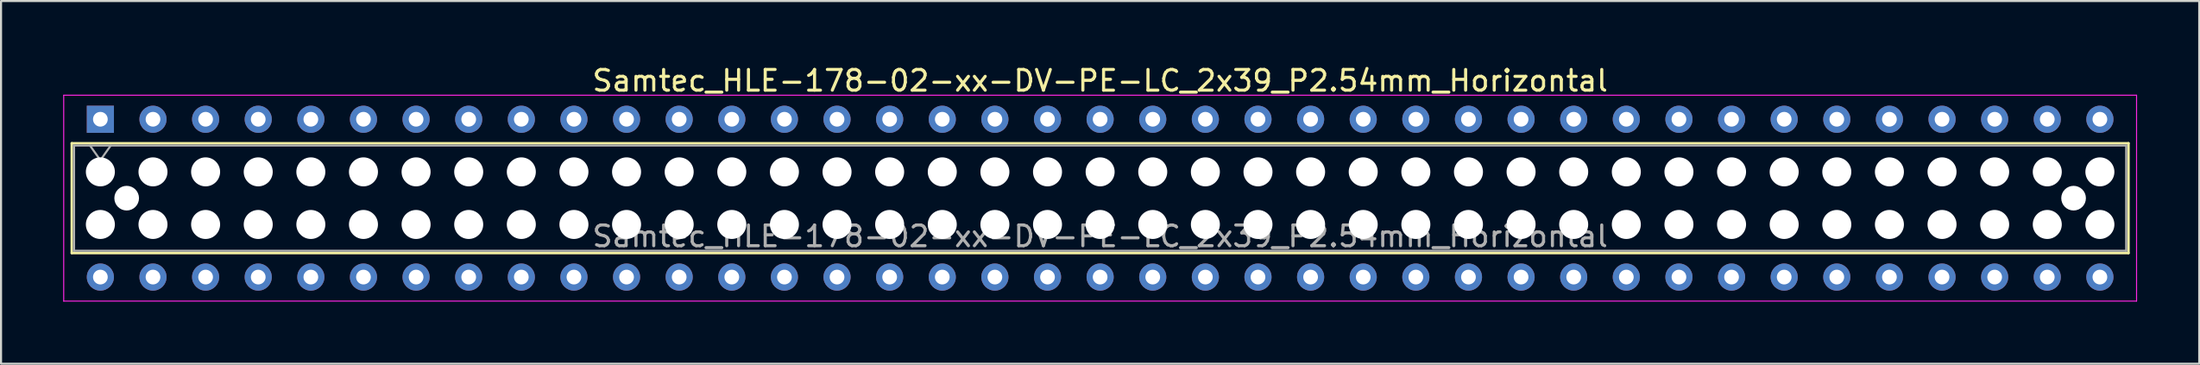
<source format=kicad_pcb>
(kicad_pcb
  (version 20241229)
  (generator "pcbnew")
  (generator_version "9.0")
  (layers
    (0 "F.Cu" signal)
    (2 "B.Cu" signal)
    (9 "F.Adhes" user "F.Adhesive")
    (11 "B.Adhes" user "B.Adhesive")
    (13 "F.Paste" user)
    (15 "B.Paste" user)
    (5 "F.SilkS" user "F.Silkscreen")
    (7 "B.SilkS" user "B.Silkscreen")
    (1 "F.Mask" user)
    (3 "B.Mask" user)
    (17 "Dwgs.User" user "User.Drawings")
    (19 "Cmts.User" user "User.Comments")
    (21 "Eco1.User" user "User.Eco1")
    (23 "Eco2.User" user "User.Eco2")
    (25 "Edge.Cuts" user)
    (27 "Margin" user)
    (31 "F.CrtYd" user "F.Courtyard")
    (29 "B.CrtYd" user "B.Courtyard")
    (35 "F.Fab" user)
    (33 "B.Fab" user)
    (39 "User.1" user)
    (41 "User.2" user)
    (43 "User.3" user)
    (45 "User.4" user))
  (footprint "Samtec_HLE-178-02-xx-DV-PE-LC_2x39_P2.54mm_Horizontal"
    (layer "F.Cu")
    (at 1.795 2.708)
    (property "Reference" "Samtec_HLE-178-02-xx-DV-PE-LC_2x39_P2.54mm_Horizontal" (at 48.26 -1.86 0) (layer "F.SilkS") (effects (font (size 1 1) (thickness 0.15))))
    (attr through_hole)
    (fp_line (start -1.38 1.16) (end 97.9 1.16) (stroke (width 0.12) (type solid)) (layer "F.SilkS"))
    (fp_line (start -1.38 6.46) (end -1.38 1.16) (stroke (width 0.12) (type solid)) (layer "F.SilkS"))
    (fp_line (start 97.9 1.16) (end 97.9 6.46) (stroke (width 0.12) (type solid)) (layer "F.SilkS"))
    (fp_line (start 97.9 6.46) (end -1.38 6.46) (stroke (width 0.12) (type solid)) (layer "F.SilkS"))
    (fp_line (start -1.77 -1.16) (end 98.29 -1.16) (stroke (width 0.05) (type solid)) (layer "F.CrtYd"))
    (fp_line (start -1.77 8.78) (end -1.77 -1.16) (stroke (width 0.05) (type solid)) (layer "F.CrtYd"))
    (fp_line (start 98.29 -1.16) (end 98.29 8.78) (stroke (width 0.05) (type solid)) (layer "F.CrtYd"))
    (fp_line (start 98.29 8.78) (end -1.77 8.78) (stroke (width 0.05) (type solid)) (layer "F.CrtYd"))
    (fp_line (start -1.27 1.27) (end 97.79 1.27) (stroke (width 0.1) (type solid)) (layer "F.Fab"))
    (fp_line (start -1.27 6.35) (end -1.27 1.27) (stroke (width 0.1) (type solid)) (layer "F.Fab"))
    (fp_line (start -0.5 1.27) (end 0 1.977) (stroke (width 0.1) (type solid)) (layer "F.Fab"))
    (fp_line (start 0 1.977) (end 0.5 1.27) (stroke (width 0.1) (type solid)) (layer "F.Fab"))
    (fp_line (start 97.79 1.27) (end 97.79 6.35) (stroke (width 0.1) (type solid)) (layer "F.Fab"))
    (fp_line (start 97.79 6.35) (end -1.27 6.35) (stroke (width 0.1) (type solid)) (layer "F.Fab"))
    (fp_text user "${REFERENCE}" (at 48.26 5.65 0) (layer "F.Fab") (effects (font (size 1 1) (thickness 0.15))))
    (pad "" np_thru_hole circle (at 0 2.54) (size 1.4 1.4) (drill 1.4) (layers "*.Cu" "*.Mask"))
    (pad "" np_thru_hole circle (at 0 5.08) (size 1.4 1.4) (drill 1.4) (layers "*.Cu" "*.Mask"))
    (pad "" np_thru_hole circle (at 1.27 3.81) (size 1.19 1.19) (drill 1.19) (layers "*.Cu" "*.Mask"))
    (pad "" np_thru_hole circle (at 2.54 2.54) (size 1.4 1.4) (drill 1.4) (layers "*.Cu" "*.Mask"))
    (pad "" np_thru_hole circle (at 2.54 5.08) (size 1.4 1.4) (drill 1.4) (layers "*.Cu" "*.Mask"))
    (pad "" np_thru_hole circle (at 5.08 2.54) (size 1.4 1.4) (drill 1.4) (layers "*.Cu" "*.Mask"))
    (pad "" np_thru_hole circle (at 5.08 5.08) (size 1.4 1.4) (drill 1.4) (layers "*.Cu" "*.Mask"))
    (pad "" np_thru_hole circle (at 7.62 2.54) (size 1.4 1.4) (drill 1.4) (layers "*.Cu" "*.Mask"))
    (pad "" np_thru_hole circle (at 7.62 5.08) (size 1.4 1.4) (drill 1.4) (layers "*.Cu" "*.Mask"))
    (pad "" np_thru_hole circle (at 10.16 2.54) (size 1.4 1.4) (drill 1.4) (layers "*.Cu" "*.Mask"))
    (pad "" np_thru_hole circle (at 10.16 5.08) (size 1.4 1.4) (drill 1.4) (layers "*.Cu" "*.Mask"))
    (pad "" np_thru_hole circle (at 12.7 2.54) (size 1.4 1.4) (drill 1.4) (layers "*.Cu" "*.Mask"))
    (pad "" np_thru_hole circle (at 12.7 5.08) (size 1.4 1.4) (drill 1.4) (layers "*.Cu" "*.Mask"))
    (pad "" np_thru_hole circle (at 15.24 2.54) (size 1.4 1.4) (drill 1.4) (layers "*.Cu" "*.Mask"))
    (pad "" np_thru_hole circle (at 15.24 5.08) (size 1.4 1.4) (drill 1.4) (layers "*.Cu" "*.Mask"))
    (pad "" np_thru_hole circle (at 17.78 2.54) (size 1.4 1.4) (drill 1.4) (layers "*.Cu" "*.Mask"))
    (pad "" np_thru_hole circle (at 17.78 5.08) (size 1.4 1.4) (drill 1.4) (layers "*.Cu" "*.Mask"))
    (pad "" np_thru_hole circle (at 20.32 2.54) (size 1.4 1.4) (drill 1.4) (layers "*.Cu" "*.Mask"))
    (pad "" np_thru_hole circle (at 20.32 5.08) (size 1.4 1.4) (drill 1.4) (layers "*.Cu" "*.Mask"))
    (pad "" np_thru_hole circle (at 22.86 2.54) (size 1.4 1.4) (drill 1.4) (layers "*.Cu" "*.Mask"))
    (pad "" np_thru_hole circle (at 22.86 5.08) (size 1.4 1.4) (drill 1.4) (layers "*.Cu" "*.Mask"))
    (pad "" np_thru_hole circle (at 25.4 2.54) (size 1.4 1.4) (drill 1.4) (layers "*.Cu" "*.Mask"))
    (pad "" np_thru_hole circle (at 25.4 5.08) (size 1.4 1.4) (drill 1.4) (layers "*.Cu" "*.Mask"))
    (pad "" np_thru_hole circle (at 27.94 2.54) (size 1.4 1.4) (drill 1.4) (layers "*.Cu" "*.Mask"))
    (pad "" np_thru_hole circle (at 27.94 5.08) (size 1.4 1.4) (drill 1.4) (layers "*.Cu" "*.Mask"))
    (pad "" np_thru_hole circle (at 30.48 2.54) (size 1.4 1.4) (drill 1.4) (layers "*.Cu" "*.Mask"))
    (pad "" np_thru_hole circle (at 30.48 5.08) (size 1.4 1.4) (drill 1.4) (layers "*.Cu" "*.Mask"))
    (pad "" np_thru_hole circle (at 33.02 2.54) (size 1.4 1.4) (drill 1.4) (layers "*.Cu" "*.Mask"))
    (pad "" np_thru_hole circle (at 33.02 5.08) (size 1.4 1.4) (drill 1.4) (layers "*.Cu" "*.Mask"))
    (pad "" np_thru_hole circle (at 35.56 2.54) (size 1.4 1.4) (drill 1.4) (layers "*.Cu" "*.Mask"))
    (pad "" np_thru_hole circle (at 35.56 5.08) (size 1.4 1.4) (drill 1.4) (layers "*.Cu" "*.Mask"))
    (pad "" np_thru_hole circle (at 38.1 2.54) (size 1.4 1.4) (drill 1.4) (layers "*.Cu" "*.Mask"))
    (pad "" np_thru_hole circle (at 38.1 5.08) (size 1.4 1.4) (drill 1.4) (layers "*.Cu" "*.Mask"))
    (pad "" np_thru_hole circle (at 40.64 2.54) (size 1.4 1.4) (drill 1.4) (layers "*.Cu" "*.Mask"))
    (pad "" np_thru_hole circle (at 40.64 5.08) (size 1.4 1.4) (drill 1.4) (layers "*.Cu" "*.Mask"))
    (pad "" np_thru_hole circle (at 43.18 2.54) (size 1.4 1.4) (drill 1.4) (layers "*.Cu" "*.Mask"))
    (pad "" np_thru_hole circle (at 43.18 5.08) (size 1.4 1.4) (drill 1.4) (layers "*.Cu" "*.Mask"))
    (pad "" np_thru_hole circle (at 45.72 2.54) (size 1.4 1.4) (drill 1.4) (layers "*.Cu" "*.Mask"))
    (pad "" np_thru_hole circle (at 45.72 5.08) (size 1.4 1.4) (drill 1.4) (layers "*.Cu" "*.Mask"))
    (pad "" np_thru_hole circle (at 48.26 2.54) (size 1.4 1.4) (drill 1.4) (layers "*.Cu" "*.Mask"))
    (pad "" np_thru_hole circle (at 48.26 5.08) (size 1.4 1.4) (drill 1.4) (layers "*.Cu" "*.Mask"))
    (pad "" np_thru_hole circle (at 50.8 2.54) (size 1.4 1.4) (drill 1.4) (layers "*.Cu" "*.Mask"))
    (pad "" np_thru_hole circle (at 50.8 5.08) (size 1.4 1.4) (drill 1.4) (layers "*.Cu" "*.Mask"))
    (pad "" np_thru_hole circle (at 53.34 2.54) (size 1.4 1.4) (drill 1.4) (layers "*.Cu" "*.Mask"))
    (pad "" np_thru_hole circle (at 53.34 5.08) (size 1.4 1.4) (drill 1.4) (layers "*.Cu" "*.Mask"))
    (pad "" np_thru_hole circle (at 55.88 2.54) (size 1.4 1.4) (drill 1.4) (layers "*.Cu" "*.Mask"))
    (pad "" np_thru_hole circle (at 55.88 5.08) (size 1.4 1.4) (drill 1.4) (layers "*.Cu" "*.Mask"))
    (pad "" np_thru_hole circle (at 58.42 2.54) (size 1.4 1.4) (drill 1.4) (layers "*.Cu" "*.Mask"))
    (pad "" np_thru_hole circle (at 58.42 5.08) (size 1.4 1.4) (drill 1.4) (layers "*.Cu" "*.Mask"))
    (pad "" np_thru_hole circle (at 60.96 2.54) (size 1.4 1.4) (drill 1.4) (layers "*.Cu" "*.Mask"))
    (pad "" np_thru_hole circle (at 60.96 5.08) (size 1.4 1.4) (drill 1.4) (layers "*.Cu" "*.Mask"))
    (pad "" np_thru_hole circle (at 63.5 2.54) (size 1.4 1.4) (drill 1.4) (layers "*.Cu" "*.Mask"))
    (pad "" np_thru_hole circle (at 63.5 5.08) (size 1.4 1.4) (drill 1.4) (layers "*.Cu" "*.Mask"))
    (pad "" np_thru_hole circle (at 66.04 2.54) (size 1.4 1.4) (drill 1.4) (layers "*.Cu" "*.Mask"))
    (pad "" np_thru_hole circle (at 66.04 5.08) (size 1.4 1.4) (drill 1.4) (layers "*.Cu" "*.Mask"))
    (pad "" np_thru_hole circle (at 68.58 2.54) (size 1.4 1.4) (drill 1.4) (layers "*.Cu" "*.Mask"))
    (pad "" np_thru_hole circle (at 68.58 5.08) (size 1.4 1.4) (drill 1.4) (layers "*.Cu" "*.Mask"))
    (pad "" np_thru_hole circle (at 71.12 2.54) (size 1.4 1.4) (drill 1.4) (layers "*.Cu" "*.Mask"))
    (pad "" np_thru_hole circle (at 71.12 5.08) (size 1.4 1.4) (drill 1.4) (layers "*.Cu" "*.Mask"))
    (pad "" np_thru_hole circle (at 73.66 2.54) (size 1.4 1.4) (drill 1.4) (layers "*.Cu" "*.Mask"))
    (pad "" np_thru_hole circle (at 73.66 5.08) (size 1.4 1.4) (drill 1.4) (layers "*.Cu" "*.Mask"))
    (pad "" np_thru_hole circle (at 76.2 2.54) (size 1.4 1.4) (drill 1.4) (layers "*.Cu" "*.Mask"))
    (pad "" np_thru_hole circle (at 76.2 5.08) (size 1.4 1.4) (drill 1.4) (layers "*.Cu" "*.Mask"))
    (pad "" np_thru_hole circle (at 78.74 2.54) (size 1.4 1.4) (drill 1.4) (layers "*.Cu" "*.Mask"))
    (pad "" np_thru_hole circle (at 78.74 5.08) (size 1.4 1.4) (drill 1.4) (layers "*.Cu" "*.Mask"))
    (pad "" np_thru_hole circle (at 81.28 2.54) (size 1.4 1.4) (drill 1.4) (layers "*.Cu" "*.Mask"))
    (pad "" np_thru_hole circle (at 81.28 5.08) (size 1.4 1.4) (drill 1.4) (layers "*.Cu" "*.Mask"))
    (pad "" np_thru_hole circle (at 83.82 2.54) (size 1.4 1.4) (drill 1.4) (layers "*.Cu" "*.Mask"))
    (pad "" np_thru_hole circle (at 83.82 5.08) (size 1.4 1.4) (drill 1.4) (layers "*.Cu" "*.Mask"))
    (pad "" np_thru_hole circle (at 86.36 2.54) (size 1.4 1.4) (drill 1.4) (layers "*.Cu" "*.Mask"))
    (pad "" np_thru_hole circle (at 86.36 5.08) (size 1.4 1.4) (drill 1.4) (layers "*.Cu" "*.Mask"))
    (pad "" np_thru_hole circle (at 88.9 2.54) (size 1.4 1.4) (drill 1.4) (layers "*.Cu" "*.Mask"))
    (pad "" np_thru_hole circle (at 88.9 5.08) (size 1.4 1.4) (drill 1.4) (layers "*.Cu" "*.Mask"))
    (pad "" np_thru_hole circle (at 91.44 2.54) (size 1.4 1.4) (drill 1.4) (layers "*.Cu" "*.Mask"))
    (pad "" np_thru_hole circle (at 91.44 5.08) (size 1.4 1.4) (drill 1.4) (layers "*.Cu" "*.Mask"))
    (pad "" np_thru_hole circle (at 93.98 2.54) (size 1.4 1.4) (drill 1.4) (layers "*.Cu" "*.Mask"))
    (pad "" np_thru_hole circle (at 93.98 5.08) (size 1.4 1.4) (drill 1.4) (layers "*.Cu" "*.Mask"))
    (pad "" np_thru_hole circle (at 95.25 3.81) (size 1.19 1.19) (drill 1.19) (layers "*.Cu" "*.Mask"))
    (pad "" np_thru_hole circle (at 96.52 2.54) (size 1.4 1.4) (drill 1.4) (layers "*.Cu" "*.Mask"))
    (pad "" np_thru_hole circle (at 96.52 5.08) (size 1.4 1.4) (drill 1.4) (layers "*.Cu" "*.Mask"))
    (pad "1" thru_hole rect (at 0 0) (size 1.31 1.31) (drill 0.71) (layers "*.Cu" "*.Mask"))
    (pad "2" thru_hole circle (at 0 7.62) (size 1.31 1.31) (drill 0.71) (layers "*.Cu" "*.Mask"))
    (pad "3" thru_hole circle (at 2.54 0) (size 1.31 1.31) (drill 0.71) (layers "*.Cu" "*.Mask"))
    (pad "4" thru_hole circle (at 2.54 7.62) (size 1.31 1.31) (drill 0.71) (layers "*.Cu" "*.Mask"))
    (pad "5" thru_hole circle (at 5.08 0) (size 1.31 1.31) (drill 0.71) (layers "*.Cu" "*.Mask"))
    (pad "6" thru_hole circle (at 5.08 7.62) (size 1.31 1.31) (drill 0.71) (layers "*.Cu" "*.Mask"))
    (pad "7" thru_hole circle (at 7.62 0) (size 1.31 1.31) (drill 0.71) (layers "*.Cu" "*.Mask"))
    (pad "8" thru_hole circle (at 7.62 7.62) (size 1.31 1.31) (drill 0.71) (layers "*.Cu" "*.Mask"))
    (pad "9" thru_hole circle (at 10.16 0) (size 1.31 1.31) (drill 0.71) (layers "*.Cu" "*.Mask"))
    (pad "10" thru_hole circle (at 10.16 7.62) (size 1.31 1.31) (drill 0.71) (layers "*.Cu" "*.Mask"))
    (pad "11" thru_hole circle (at 12.7 0) (size 1.31 1.31) (drill 0.71) (layers "*.Cu" "*.Mask"))
    (pad "12" thru_hole circle (at 12.7 7.62) (size 1.31 1.31) (drill 0.71) (layers "*.Cu" "*.Mask"))
    (pad "13" thru_hole circle (at 15.24 0) (size 1.31 1.31) (drill 0.71) (layers "*.Cu" "*.Mask"))
    (pad "14" thru_hole circle (at 15.24 7.62) (size 1.31 1.31) (drill 0.71) (layers "*.Cu" "*.Mask"))
    (pad "15" thru_hole circle (at 17.78 0) (size 1.31 1.31) (drill 0.71) (layers "*.Cu" "*.Mask"))
    (pad "16" thru_hole circle (at 17.78 7.62) (size 1.31 1.31) (drill 0.71) (layers "*.Cu" "*.Mask"))
    (pad "17" thru_hole circle (at 20.32 0) (size 1.31 1.31) (drill 0.71) (layers "*.Cu" "*.Mask"))
    (pad "18" thru_hole circle (at 20.32 7.62) (size 1.31 1.31) (drill 0.71) (layers "*.Cu" "*.Mask"))
    (pad "19" thru_hole circle (at 22.86 0) (size 1.31 1.31) (drill 0.71) (layers "*.Cu" "*.Mask"))
    (pad "20" thru_hole circle (at 22.86 7.62) (size 1.31 1.31) (drill 0.71) (layers "*.Cu" "*.Mask"))
    (pad "21" thru_hole circle (at 25.4 0) (size 1.31 1.31) (drill 0.71) (layers "*.Cu" "*.Mask"))
    (pad "22" thru_hole circle (at 25.4 7.62) (size 1.31 1.31) (drill 0.71) (layers "*.Cu" "*.Mask"))
    (pad "23" thru_hole circle (at 27.94 0) (size 1.31 1.31) (drill 0.71) (layers "*.Cu" "*.Mask"))
    (pad "24" thru_hole circle (at 27.94 7.62) (size 1.31 1.31) (drill 0.71) (layers "*.Cu" "*.Mask"))
    (pad "25" thru_hole circle (at 30.48 0) (size 1.31 1.31) (drill 0.71) (layers "*.Cu" "*.Mask"))
    (pad "26" thru_hole circle (at 30.48 7.62) (size 1.31 1.31) (drill 0.71) (layers "*.Cu" "*.Mask"))
    (pad "27" thru_hole circle (at 33.02 0) (size 1.31 1.31) (drill 0.71) (layers "*.Cu" "*.Mask"))
    (pad "28" thru_hole circle (at 33.02 7.62) (size 1.31 1.31) (drill 0.71) (layers "*.Cu" "*.Mask"))
    (pad "29" thru_hole circle (at 35.56 0) (size 1.31 1.31) (drill 0.71) (layers "*.Cu" "*.Mask"))
    (pad "30" thru_hole circle (at 35.56 7.62) (size 1.31 1.31) (drill 0.71) (layers "*.Cu" "*.Mask"))
    (pad "31" thru_hole circle (at 38.1 0) (size 1.31 1.31) (drill 0.71) (layers "*.Cu" "*.Mask"))
    (pad "32" thru_hole circle (at 38.1 7.62) (size 1.31 1.31) (drill 0.71) (layers "*.Cu" "*.Mask"))
    (pad "33" thru_hole circle (at 40.64 0) (size 1.31 1.31) (drill 0.71) (layers "*.Cu" "*.Mask"))
    (pad "34" thru_hole circle (at 40.64 7.62) (size 1.31 1.31) (drill 0.71) (layers "*.Cu" "*.Mask"))
    (pad "35" thru_hole circle (at 43.18 0) (size 1.31 1.31) (drill 0.71) (layers "*.Cu" "*.Mask"))
    (pad "36" thru_hole circle (at 43.18 7.62) (size 1.31 1.31) (drill 0.71) (layers "*.Cu" "*.Mask"))
    (pad "37" thru_hole circle (at 45.72 0) (size 1.31 1.31) (drill 0.71) (layers "*.Cu" "*.Mask"))
    (pad "38" thru_hole circle (at 45.72 7.62) (size 1.31 1.31) (drill 0.71) (layers "*.Cu" "*.Mask"))
    (pad "39" thru_hole circle (at 48.26 0) (size 1.31 1.31) (drill 0.71) (layers "*.Cu" "*.Mask"))
    (pad "40" thru_hole circle (at 48.26 7.62) (size 1.31 1.31) (drill 0.71) (layers "*.Cu" "*.Mask"))
    (pad "41" thru_hole circle (at 50.8 0) (size 1.31 1.31) (drill 0.71) (layers "*.Cu" "*.Mask"))
    (pad "42" thru_hole circle (at 50.8 7.62) (size 1.31 1.31) (drill 0.71) (layers "*.Cu" "*.Mask"))
    (pad "43" thru_hole circle (at 53.34 0) (size 1.31 1.31) (drill 0.71) (layers "*.Cu" "*.Mask"))
    (pad "44" thru_hole circle (at 53.34 7.62) (size 1.31 1.31) (drill 0.71) (layers "*.Cu" "*.Mask"))
    (pad "45" thru_hole circle (at 55.88 0) (size 1.31 1.31) (drill 0.71) (layers "*.Cu" "*.Mask"))
    (pad "46" thru_hole circle (at 55.88 7.62) (size 1.31 1.31) (drill 0.71) (layers "*.Cu" "*.Mask"))
    (pad "47" thru_hole circle (at 58.42 0) (size 1.31 1.31) (drill 0.71) (layers "*.Cu" "*.Mask"))
    (pad "48" thru_hole circle (at 58.42 7.62) (size 1.31 1.31) (drill 0.71) (layers "*.Cu" "*.Mask"))
    (pad "49" thru_hole circle (at 60.96 0) (size 1.31 1.31) (drill 0.71) (layers "*.Cu" "*.Mask"))
    (pad "50" thru_hole circle (at 60.96 7.62) (size 1.31 1.31) (drill 0.71) (layers "*.Cu" "*.Mask"))
    (pad "51" thru_hole circle (at 63.5 0) (size 1.31 1.31) (drill 0.71) (layers "*.Cu" "*.Mask"))
    (pad "52" thru_hole circle (at 63.5 7.62) (size 1.31 1.31) (drill 0.71) (layers "*.Cu" "*.Mask"))
    (pad "53" thru_hole circle (at 66.04 0) (size 1.31 1.31) (drill 0.71) (layers "*.Cu" "*.Mask"))
    (pad "54" thru_hole circle (at 66.04 7.62) (size 1.31 1.31) (drill 0.71) (layers "*.Cu" "*.Mask"))
    (pad "55" thru_hole circle (at 68.58 0) (size 1.31 1.31) (drill 0.71) (layers "*.Cu" "*.Mask"))
    (pad "56" thru_hole circle (at 68.58 7.62) (size 1.31 1.31) (drill 0.71) (layers "*.Cu" "*.Mask"))
    (pad "57" thru_hole circle (at 71.12 0) (size 1.31 1.31) (drill 0.71) (layers "*.Cu" "*.Mask"))
    (pad "58" thru_hole circle (at 71.12 7.62) (size 1.31 1.31) (drill 0.71) (layers "*.Cu" "*.Mask"))
    (pad "59" thru_hole circle (at 73.66 0) (size 1.31 1.31) (drill 0.71) (layers "*.Cu" "*.Mask"))
    (pad "60" thru_hole circle (at 73.66 7.62) (size 1.31 1.31) (drill 0.71) (layers "*.Cu" "*.Mask"))
    (pad "61" thru_hole circle (at 76.2 0) (size 1.31 1.31) (drill 0.71) (layers "*.Cu" "*.Mask"))
    (pad "62" thru_hole circle (at 76.2 7.62) (size 1.31 1.31) (drill 0.71) (layers "*.Cu" "*.Mask"))
    (pad "63" thru_hole circle (at 78.74 0) (size 1.31 1.31) (drill 0.71) (layers "*.Cu" "*.Mask"))
    (pad "64" thru_hole circle (at 78.74 7.62) (size 1.31 1.31) (drill 0.71) (layers "*.Cu" "*.Mask"))
    (pad "65" thru_hole circle (at 81.28 0) (size 1.31 1.31) (drill 0.71) (layers "*.Cu" "*.Mask"))
    (pad "66" thru_hole circle (at 81.28 7.62) (size 1.31 1.31) (drill 0.71) (layers "*.Cu" "*.Mask"))
    (pad "67" thru_hole circle (at 83.82 0) (size 1.31 1.31) (drill 0.71) (layers "*.Cu" "*.Mask"))
    (pad "68" thru_hole circle (at 83.82 7.62) (size 1.31 1.31) (drill 0.71) (layers "*.Cu" "*.Mask"))
    (pad "69" thru_hole circle (at 86.36 0) (size 1.31 1.31) (drill 0.71) (layers "*.Cu" "*.Mask"))
    (pad "70" thru_hole circle (at 86.36 7.62) (size 1.31 1.31) (drill 0.71) (layers "*.Cu" "*.Mask"))
    (pad "71" thru_hole circle (at 88.9 0) (size 1.31 1.31) (drill 0.71) (layers "*.Cu" "*.Mask"))
    (pad "72" thru_hole circle (at 88.9 7.62) (size 1.31 1.31) (drill 0.71) (layers "*.Cu" "*.Mask"))
    (pad "73" thru_hole circle (at 91.44 0) (size 1.31 1.31) (drill 0.71) (layers "*.Cu" "*.Mask"))
    (pad "74" thru_hole circle (at 91.44 7.62) (size 1.31 1.31) (drill 0.71) (layers "*.Cu" "*.Mask"))
    (pad "75" thru_hole circle (at 93.98 0) (size 1.31 1.31) (drill 0.71) (layers "*.Cu" "*.Mask"))
    (pad "76" thru_hole circle (at 93.98 7.62) (size 1.31 1.31) (drill 0.71) (layers "*.Cu" "*.Mask"))
    (pad "77" thru_hole circle (at 96.52 0) (size 1.31 1.31) (drill 0.71) (layers "*.Cu" "*.Mask"))
    (pad "78" thru_hole circle (at 96.52 7.62) (size 1.31 1.31) (drill 0.71) (layers "*.Cu" "*.Mask")))
  (gr_rect
    (start -3 -3)
    (end 103.11 14.513)
    (stroke (width 0.1) (type default))
    (fill no)
    (layer "Edge.Cuts")))
</source>
